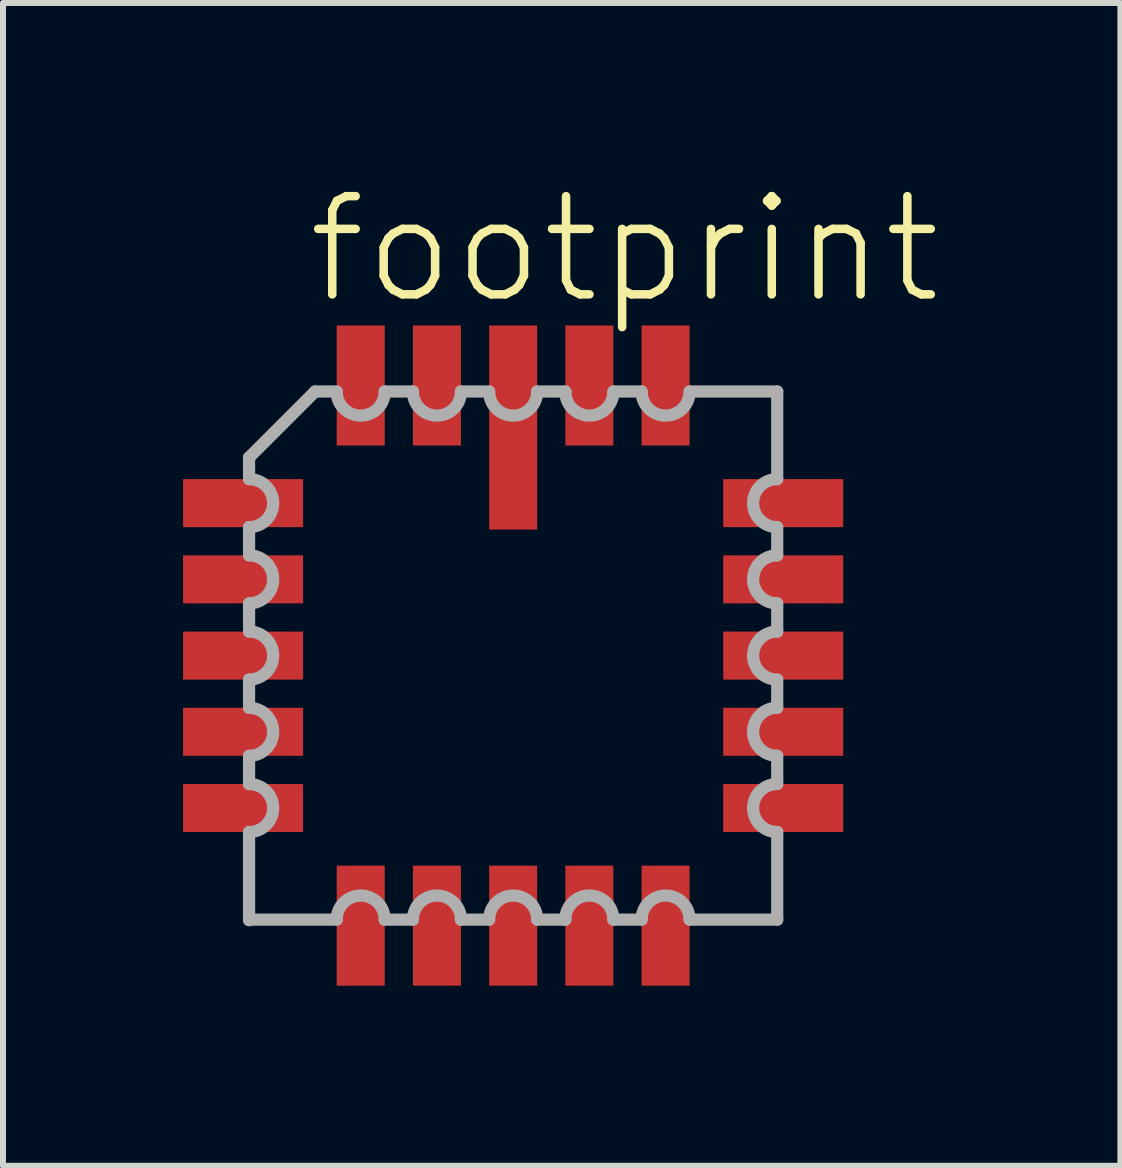
<source format=kicad_pcb>
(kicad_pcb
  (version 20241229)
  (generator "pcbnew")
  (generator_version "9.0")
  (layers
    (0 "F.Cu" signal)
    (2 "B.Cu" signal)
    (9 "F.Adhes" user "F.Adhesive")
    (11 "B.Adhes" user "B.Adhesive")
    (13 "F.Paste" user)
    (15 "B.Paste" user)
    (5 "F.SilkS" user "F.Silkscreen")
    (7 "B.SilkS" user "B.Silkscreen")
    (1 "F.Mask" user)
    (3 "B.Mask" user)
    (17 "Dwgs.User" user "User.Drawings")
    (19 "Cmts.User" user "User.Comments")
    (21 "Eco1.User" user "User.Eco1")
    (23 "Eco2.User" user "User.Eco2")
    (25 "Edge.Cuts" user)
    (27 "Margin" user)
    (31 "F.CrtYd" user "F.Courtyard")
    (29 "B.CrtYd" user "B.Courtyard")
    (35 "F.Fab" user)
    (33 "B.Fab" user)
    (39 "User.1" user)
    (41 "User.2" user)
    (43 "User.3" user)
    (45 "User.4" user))
  (footprint "footprint"
    (layer "F.Cu")
    (at 5.5 7.873)
    (property "Reference" "footprint" (at -3.497 -5.811 0) (layer "F.SilkS") (effects (font (size 1.636 1.636) (thickness 0.142)) (justify left bottom)))
    (fp_line (start -4.4 -3.3) (end -4.4 -2.94) (stroke (width 0.203) (type solid)) (layer "F.Fab"))
    (fp_line (start -4.4 -2.14) (end -4.4 -1.67) (stroke (width 0.203) (type solid)) (layer "F.Fab"))
    (fp_line (start -4.4 -0.87) (end -4.4 -0.4) (stroke (width 0.203) (type solid)) (layer "F.Fab"))
    (fp_line (start -4.4 0.4) (end -4.4 0.87) (stroke (width 0.203) (type solid)) (layer "F.Fab"))
    (fp_line (start -4.4 1.67) (end -4.4 2.14) (stroke (width 0.203) (type solid)) (layer "F.Fab"))
    (fp_line (start -4.4 2.94) (end -4.4 4.4) (stroke (width 0.203) (type solid)) (layer "F.Fab"))
    (fp_line (start -4.4 4.4) (end -4.4 4.41) (stroke (width 0.203) (type solid)) (layer "F.Fab"))
    (fp_line (start -4.4 4.4) (end -2.94 4.4) (stroke (width 0.203) (type solid)) (layer "F.Fab"))
    (fp_line (start -3.3 -4.4) (end -4.4 -3.3) (stroke (width 0.203) (type solid)) (layer "F.Fab"))
    (fp_line (start -2.94 -4.4) (end -3.3 -4.4) (stroke (width 0.203) (type solid)) (layer "F.Fab"))
    (fp_line (start -2.14 4.4) (end -1.67 4.4) (stroke (width 0.203) (type solid)) (layer "F.Fab"))
    (fp_line (start -1.67 -4.4) (end -2.14 -4.4) (stroke (width 0.203) (type solid)) (layer "F.Fab"))
    (fp_line (start -0.87 4.4) (end -0.4 4.4) (stroke (width 0.203) (type solid)) (layer "F.Fab"))
    (fp_line (start -0.4 -4.4) (end -0.87 -4.4) (stroke (width 0.203) (type solid)) (layer "F.Fab"))
    (fp_line (start 0.4 4.4) (end 0.87 4.4) (stroke (width 0.203) (type solid)) (layer "F.Fab"))
    (fp_line (start 0.87 -4.4) (end 0.4 -4.4) (stroke (width 0.203) (type solid)) (layer "F.Fab"))
    (fp_line (start 1.67 4.4) (end 2.14 4.4) (stroke (width 0.203) (type solid)) (layer "F.Fab"))
    (fp_line (start 2.14 -4.4) (end 1.67 -4.4) (stroke (width 0.203) (type solid)) (layer "F.Fab"))
    (fp_line (start 2.94 4.4) (end 4.4 4.4) (stroke (width 0.203) (type solid)) (layer "F.Fab"))
    (fp_line (start 4.4 -4.4) (end 2.94 -4.4) (stroke (width 0.203) (type solid)) (layer "F.Fab"))
    (fp_line (start 4.4 -2.94) (end 4.4 -4.4) (stroke (width 0.203) (type solid)) (layer "F.Fab"))
    (fp_line (start 4.4 -1.67) (end 4.4 -2.14) (stroke (width 0.203) (type solid)) (layer "F.Fab"))
    (fp_line (start 4.4 -0.4) (end 4.4 -0.87) (stroke (width 0.203) (type solid)) (layer "F.Fab"))
    (fp_line (start 4.4 0.87) (end 4.4 0.4) (stroke (width 0.203) (type solid)) (layer "F.Fab"))
    (fp_line (start 4.4 2.14) (end 4.4 1.67) (stroke (width 0.203) (type solid)) (layer "F.Fab"))
    (fp_line (start 4.4 4.4) (end 4.4 2.94) (stroke (width 0.203) (type solid)) (layer "F.Fab"))
    (fp_arc (start -4.3985 -2.94) (mid -3.9985 -2.54) (end -4.3985 -2.14) (stroke (width 0.2032) (type solid)) (layer "F.Fab"))
    (fp_arc (start -4.3985 -1.67) (mid -3.9985 -1.27) (end -4.3985 -0.87) (stroke (width 0.2032) (type solid)) (layer "F.Fab"))
    (fp_arc (start -4.3985 -0.4001) (mid -3.9984 0) (end -4.3985 0.4001) (stroke (width 0.2032) (type solid)) (layer "F.Fab"))
    (fp_arc (start -4.3985 0.8699) (mid -3.9984 1.27) (end -4.3985 1.6701) (stroke (width 0.2032) (type solid)) (layer "F.Fab"))
    (fp_arc (start -4.3985 2.1399) (mid -3.9984 2.54) (end -4.3985 2.9401) (stroke (width 0.2032) (type solid)) (layer "F.Fab"))
    (fp_arc (start -2.9401 4.3985) (mid -2.54 3.9984) (end -2.1399 4.3985) (stroke (width 0.2032) (type solid)) (layer "F.Fab"))
    (fp_arc (start -2.1399 -4.3985) (mid -2.54 -3.9984) (end -2.9401 -4.3985) (stroke (width 0.2032) (type solid)) (layer "F.Fab"))
    (fp_arc (start -1.6701 4.3985) (mid -1.27 3.9984) (end -0.8699 4.3985) (stroke (width 0.2032) (type solid)) (layer "F.Fab"))
    (fp_arc (start -0.8699 -4.3985) (mid -1.27 -3.9984) (end -1.6701 -4.3985) (stroke (width 0.2032) (type solid)) (layer "F.Fab"))
    (fp_arc (start -0.4001 4.3985) (mid 0 3.9984) (end 0.4001 4.3985) (stroke (width 0.2032) (type solid)) (layer "F.Fab"))
    (fp_arc (start 0.4001 -4.3985) (mid 0 -3.9984) (end -0.4001 -4.3985) (stroke (width 0.2032) (type solid)) (layer "F.Fab"))
    (fp_arc (start 0.87 4.3985) (mid 1.27 3.9985) (end 1.67 4.3985) (stroke (width 0.2032) (type solid)) (layer "F.Fab"))
    (fp_arc (start 1.67 -4.3985) (mid 1.27 -3.9985) (end 0.87 -4.3985) (stroke (width 0.2032) (type solid)) (layer "F.Fab"))
    (fp_arc (start 2.14 4.3985) (mid 2.54 3.9985) (end 2.94 4.3985) (stroke (width 0.2032) (type solid)) (layer "F.Fab"))
    (fp_arc (start 2.94 -4.3985) (mid 2.54 -3.9985) (end 2.14 -4.3985) (stroke (width 0.2032) (type solid)) (layer "F.Fab"))
    (fp_arc (start 4.3985 -2.1399) (mid 3.9984 -2.54) (end 4.3985 -2.9401) (stroke (width 0.2032) (type solid)) (layer "F.Fab"))
    (fp_arc (start 4.3985 -0.8699) (mid 3.9984 -1.27) (end 4.3985 -1.6701) (stroke (width 0.2032) (type solid)) (layer "F.Fab"))
    (fp_arc (start 4.3985 0.4001) (mid 3.9984 0) (end 4.3985 -0.4001) (stroke (width 0.2032) (type solid)) (layer "F.Fab"))
    (fp_arc (start 4.3985 1.67) (mid 3.9985 1.27) (end 4.3985 0.87) (stroke (width 0.2032) (type solid)) (layer "F.Fab"))
    (fp_arc (start 4.3985 2.94) (mid 3.9985 2.54) (end 4.3985 2.14) (stroke (width 0.2032) (type solid)) (layer "F.Fab"))
    (pad "1" smd rect (at 0 -3.8) (size 0.8 3.4) (layers "F.Cu" "F.Mask" "F.Paste"))
    (pad "2" smd rect (at -1.27 -4.5) (size 0.8 2) (layers "F.Cu" "F.Mask" "F.Paste"))
    (pad "3" smd rect (at -2.54 -4.5) (size 0.8 2) (layers "F.Cu" "F.Mask" "F.Paste"))
    (pad "4" smd rect (at -4.5 -2.54) (size 2 0.8) (layers "F.Cu" "F.Mask" "F.Paste"))
    (pad "5" smd rect (at -4.5 -1.27) (size 2 0.8) (layers "F.Cu" "F.Mask" "F.Paste"))
    (pad "6" smd rect (at -4.5 0) (size 2 0.8) (layers "F.Cu" "F.Mask" "F.Paste"))
    (pad "7" smd rect (at -4.5 1.27) (size 2 0.8) (layers "F.Cu" "F.Mask" "F.Paste"))
    (pad "8" smd rect (at -4.5 2.54) (size 2 0.8) (layers "F.Cu" "F.Mask" "F.Paste"))
    (pad "9" smd rect (at -2.54 4.5) (size 0.8 2) (layers "F.Cu" "F.Mask" "F.Paste"))
    (pad "10" smd rect (at -1.27 4.5) (size 0.8 2) (layers "F.Cu" "F.Mask" "F.Paste"))
    (pad "11" smd rect (at 0 4.5) (size 0.8 2) (layers "F.Cu" "F.Mask" "F.Paste"))
    (pad "12" smd rect (at 1.27 4.5) (size 0.8 2) (layers "F.Cu" "F.Mask" "F.Paste"))
    (pad "13" smd rect (at 2.54 4.5) (size 0.8 2) (layers "F.Cu" "F.Mask" "F.Paste"))
    (pad "14" smd rect (at 4.5 2.54) (size 2 0.8) (layers "F.Cu" "F.Mask" "F.Paste"))
    (pad "15" smd rect (at 4.5 1.27) (size 2 0.8) (layers "F.Cu" "F.Mask" "F.Paste"))
    (pad "16" smd rect (at 4.5 0) (size 2 0.8) (layers "F.Cu" "F.Mask" "F.Paste"))
    (pad "17" smd rect (at 4.5 -1.27) (size 2 0.8) (layers "F.Cu" "F.Mask" "F.Paste"))
    (pad "18" smd rect (at 4.5 -2.54) (size 2 0.8) (layers "F.Cu" "F.Mask" "F.Paste"))
    (pad "19" smd rect (at 2.54 -4.5) (size 0.8 2) (layers "F.Cu" "F.Mask" "F.Paste"))
    (pad "20" smd rect (at 1.27 -4.5) (size 0.8 2) (layers "F.Cu" "F.Mask" "F.Paste")))
  (gr_rect
    (start -3 -3)
    (end 15.618 16.374)
    (stroke (width 0.1) (type default))
    (fill no)
    (layer "Edge.Cuts")))
</source>
